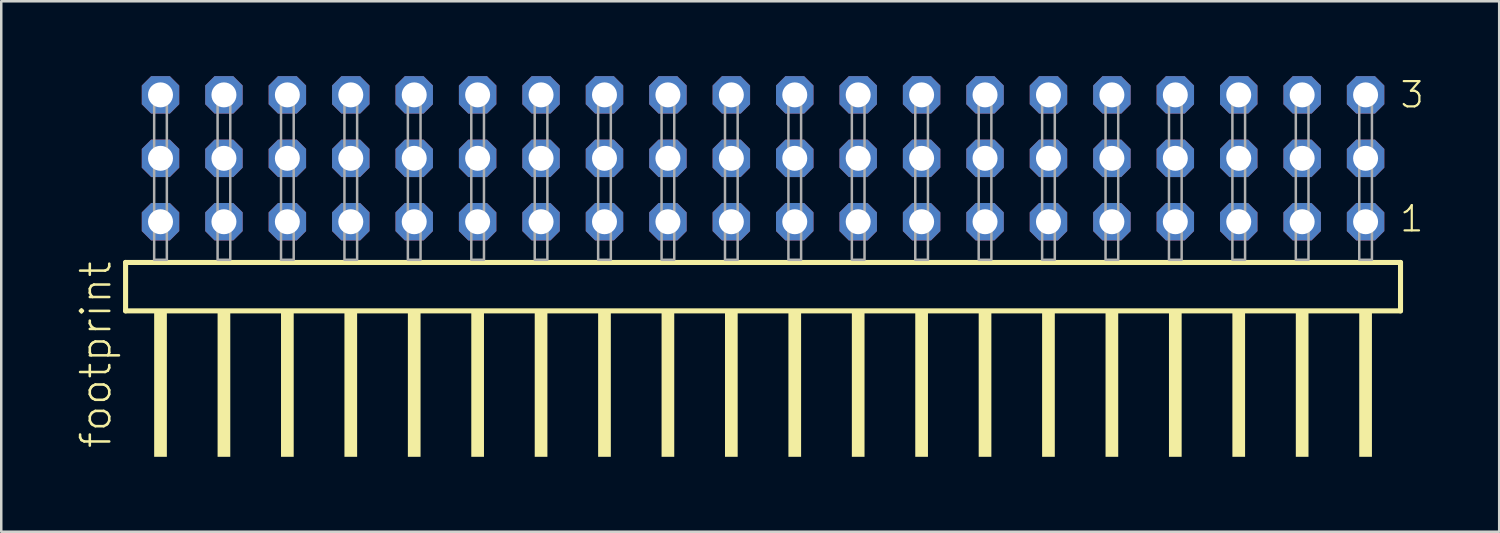
<source format=kicad_pcb>
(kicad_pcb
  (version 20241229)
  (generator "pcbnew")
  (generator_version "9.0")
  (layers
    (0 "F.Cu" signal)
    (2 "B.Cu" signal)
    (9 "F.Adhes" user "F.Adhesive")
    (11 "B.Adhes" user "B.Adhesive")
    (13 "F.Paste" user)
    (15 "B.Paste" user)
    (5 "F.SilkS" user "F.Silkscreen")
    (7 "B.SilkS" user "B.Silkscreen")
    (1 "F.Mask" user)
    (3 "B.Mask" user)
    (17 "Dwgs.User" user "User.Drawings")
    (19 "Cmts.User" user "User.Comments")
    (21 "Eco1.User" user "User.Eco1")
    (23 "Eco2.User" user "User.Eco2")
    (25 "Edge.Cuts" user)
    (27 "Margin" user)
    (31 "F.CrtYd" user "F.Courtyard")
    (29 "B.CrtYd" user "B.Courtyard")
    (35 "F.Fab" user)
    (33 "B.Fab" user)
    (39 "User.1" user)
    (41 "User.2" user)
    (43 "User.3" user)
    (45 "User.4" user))
  (footprint "footprint"
    (layer "F.Cu")
    (at 27.508 7.354)
    (property "Reference" "footprint" (at -26.035 7.62 90) (layer "F.SilkS") (effects (font (size 1.168 1.168) (thickness 0.102)) (justify left bottom)))
    (fp_line (start -25.529 0.106) (end -25.529 2.046) (stroke (width 0.203) (type solid)) (layer "F.SilkS"))
    (fp_line (start -25.529 2.046) (end 25.529 2.046) (stroke (width 0.203) (type solid)) (layer "F.SilkS"))
    (fp_line (start 25.529 0.106) (end -25.529 0.106) (stroke (width 0.203) (type solid)) (layer "F.SilkS"))
    (fp_line (start 25.529 2.046) (end 25.529 0.106) (stroke (width 0.203) (type solid)) (layer "F.SilkS"))
    (fp_poly (pts (xy -24.384 7.89) (xy -23.876 7.89) (xy -23.876 2.04) (xy -24.384 2.04)) (stroke (width 0) (type solid)) (fill yes) (layer "F.SilkS"))
    (fp_poly (pts (xy -21.844 7.89) (xy -21.336 7.89) (xy -21.336 2.04) (xy -21.844 2.04)) (stroke (width 0) (type solid)) (fill yes) (layer "F.SilkS"))
    (fp_poly (pts (xy -19.304 7.89) (xy -18.796 7.89) (xy -18.796 2.04) (xy -19.304 2.04)) (stroke (width 0) (type solid)) (fill yes) (layer "F.SilkS"))
    (fp_poly (pts (xy -16.764 7.89) (xy -16.256 7.89) (xy -16.256 2.04) (xy -16.764 2.04)) (stroke (width 0) (type solid)) (fill yes) (layer "F.SilkS"))
    (fp_poly (pts (xy -14.224 7.89) (xy -13.716 7.89) (xy -13.716 2.04) (xy -14.224 2.04)) (stroke (width 0) (type solid)) (fill yes) (layer "F.SilkS"))
    (fp_poly (pts (xy -11.684 7.89) (xy -11.176 7.89) (xy -11.176 2.04) (xy -11.684 2.04)) (stroke (width 0) (type solid)) (fill yes) (layer "F.SilkS"))
    (fp_poly (pts (xy -9.144 7.89) (xy -8.636 7.89) (xy -8.636 2.04) (xy -9.144 2.04)) (stroke (width 0) (type solid)) (fill yes) (layer "F.SilkS"))
    (fp_poly (pts (xy -6.604 7.89) (xy -6.096 7.89) (xy -6.096 2.04) (xy -6.604 2.04)) (stroke (width 0) (type solid)) (fill yes) (layer "F.SilkS"))
    (fp_poly (pts (xy -4.064 7.89) (xy -3.556 7.89) (xy -3.556 2.04) (xy -4.064 2.04)) (stroke (width 0) (type solid)) (fill yes) (layer "F.SilkS"))
    (fp_poly (pts (xy -1.524 7.89) (xy -1.016 7.89) (xy -1.016 2.04) (xy -1.524 2.04)) (stroke (width 0) (type solid)) (fill yes) (layer "F.SilkS"))
    (fp_poly (pts (xy 1.016 7.89) (xy 1.524 7.89) (xy 1.524 2.04) (xy 1.016 2.04)) (stroke (width 0) (type solid)) (fill yes) (layer "F.SilkS"))
    (fp_poly (pts (xy 3.556 7.89) (xy 4.064 7.89) (xy 4.064 2.04) (xy 3.556 2.04)) (stroke (width 0) (type solid)) (fill yes) (layer "F.SilkS"))
    (fp_poly (pts (xy 6.096 7.89) (xy 6.604 7.89) (xy 6.604 2.04) (xy 6.096 2.04)) (stroke (width 0) (type solid)) (fill yes) (layer "F.SilkS"))
    (fp_poly (pts (xy 8.636 7.89) (xy 9.144 7.89) (xy 9.144 2.04) (xy 8.636 2.04)) (stroke (width 0) (type solid)) (fill yes) (layer "F.SilkS"))
    (fp_poly (pts (xy 11.176 7.89) (xy 11.684 7.89) (xy 11.684 2.04) (xy 11.176 2.04)) (stroke (width 0) (type solid)) (fill yes) (layer "F.SilkS"))
    (fp_poly (pts (xy 13.716 7.89) (xy 14.224 7.89) (xy 14.224 2.04) (xy 13.716 2.04)) (stroke (width 0) (type solid)) (fill yes) (layer "F.SilkS"))
    (fp_poly (pts (xy 16.256 7.89) (xy 16.764 7.89) (xy 16.764 2.04) (xy 16.256 2.04)) (stroke (width 0) (type solid)) (fill yes) (layer "F.SilkS"))
    (fp_poly (pts (xy 18.796 7.89) (xy 19.304 7.89) (xy 19.304 2.04) (xy 18.796 2.04)) (stroke (width 0) (type solid)) (fill yes) (layer "F.SilkS"))
    (fp_poly (pts (xy 21.336 7.89) (xy 21.844 7.89) (xy 21.844 2.04) (xy 21.336 2.04)) (stroke (width 0) (type solid)) (fill yes) (layer "F.SilkS"))
    (fp_poly (pts (xy 23.876 7.89) (xy 24.384 7.89) (xy 24.384 2.04) (xy 23.876 2.04)) (stroke (width 0) (type solid)) (fill yes) (layer "F.SilkS"))
    (fp_poly (pts (xy -24.384 0) (xy -23.876 0) (xy -23.876 -6.858) (xy -24.384 -6.858)) (stroke (width 0.1) (type solid)) (fill no) (layer "F.Fab"))
    (fp_poly (pts (xy -21.844 0) (xy -21.336 0) (xy -21.336 -6.858) (xy -21.844 -6.858)) (stroke (width 0.1) (type solid)) (fill no) (layer "F.Fab"))
    (fp_poly (pts (xy -19.304 0) (xy -18.796 0) (xy -18.796 -6.858) (xy -19.304 -6.858)) (stroke (width 0.1) (type solid)) (fill no) (layer "F.Fab"))
    (fp_poly (pts (xy -16.764 0) (xy -16.256 0) (xy -16.256 -6.858) (xy -16.764 -6.858)) (stroke (width 0.1) (type solid)) (fill no) (layer "F.Fab"))
    (fp_poly (pts (xy -14.224 0) (xy -13.716 0) (xy -13.716 -6.858) (xy -14.224 -6.858)) (stroke (width 0.1) (type solid)) (fill no) (layer "F.Fab"))
    (fp_poly (pts (xy -11.684 0) (xy -11.176 0) (xy -11.176 -6.858) (xy -11.684 -6.858)) (stroke (width 0.1) (type solid)) (fill no) (layer "F.Fab"))
    (fp_poly (pts (xy -9.144 0) (xy -8.636 0) (xy -8.636 -6.858) (xy -9.144 -6.858)) (stroke (width 0.1) (type solid)) (fill no) (layer "F.Fab"))
    (fp_poly (pts (xy -6.604 0) (xy -6.096 0) (xy -6.096 -6.858) (xy -6.604 -6.858)) (stroke (width 0.1) (type solid)) (fill no) (layer "F.Fab"))
    (fp_poly (pts (xy -4.064 0) (xy -3.556 0) (xy -3.556 -6.858) (xy -4.064 -6.858)) (stroke (width 0.1) (type solid)) (fill no) (layer "F.Fab"))
    (fp_poly (pts (xy -1.524 0) (xy -1.016 0) (xy -1.016 -6.858) (xy -1.524 -6.858)) (stroke (width 0.1) (type solid)) (fill no) (layer "F.Fab"))
    (fp_poly (pts (xy 1.016 0) (xy 1.524 0) (xy 1.524 -6.858) (xy 1.016 -6.858)) (stroke (width 0.1) (type solid)) (fill no) (layer "F.Fab"))
    (fp_poly (pts (xy 3.556 0) (xy 4.064 0) (xy 4.064 -6.858) (xy 3.556 -6.858)) (stroke (width 0.1) (type solid)) (fill no) (layer "F.Fab"))
    (fp_poly (pts (xy 6.096 0) (xy 6.604 0) (xy 6.604 -6.858) (xy 6.096 -6.858)) (stroke (width 0.1) (type solid)) (fill no) (layer "F.Fab"))
    (fp_poly (pts (xy 8.636 0) (xy 9.144 0) (xy 9.144 -6.858) (xy 8.636 -6.858)) (stroke (width 0.1) (type solid)) (fill no) (layer "F.Fab"))
    (fp_poly (pts (xy 11.176 0) (xy 11.684 0) (xy 11.684 -6.858) (xy 11.176 -6.858)) (stroke (width 0.1) (type solid)) (fill no) (layer "F.Fab"))
    (fp_poly (pts (xy 13.716 0) (xy 14.224 0) (xy 14.224 -6.858) (xy 13.716 -6.858)) (stroke (width 0.1) (type solid)) (fill no) (layer "F.Fab"))
    (fp_poly (pts (xy 16.256 0) (xy 16.764 0) (xy 16.764 -6.858) (xy 16.256 -6.858)) (stroke (width 0.1) (type solid)) (fill no) (layer "F.Fab"))
    (fp_poly (pts (xy 18.796 0) (xy 19.304 0) (xy 19.304 -6.858) (xy 18.796 -6.858)) (stroke (width 0.1) (type solid)) (fill no) (layer "F.Fab"))
    (fp_poly (pts (xy 21.336 0) (xy 21.844 0) (xy 21.844 -6.858) (xy 21.336 -6.858)) (stroke (width 0.1) (type solid)) (fill no) (layer "F.Fab"))
    (fp_poly (pts (xy 23.876 0) (xy 24.384 0) (xy 24.384 -6.858) (xy 23.876 -6.858)) (stroke (width 0.1) (type solid)) (fill no) (layer "F.Fab"))
    (fp_text user "1" (at 25.44 -1.05 0) (layer "F.SilkS") (effects (font (size 1.012 1.012) (thickness 0.088)) (justify left bottom)))
    (fp_text user "3" (at 25.455 -6.015 0) (layer "F.SilkS") (effects (font (size 1.012 1.012) (thickness 0.088)) (justify left bottom)))
    (pad "1" thru_hole roundrect (at 24.13 -1.524 180) (size 1.5 1.5) (drill 1) (layers "*.Cu" "*.Mask") (roundrect_rratio 0.25) (chamfer_ratio 0.25) (chamfer top_left top_right bottom_left bottom_right))
    (pad "2" thru_hole roundrect (at 24.13 -4.064 180) (size 1.5 1.5) (drill 1) (layers "*.Cu" "*.Mask") (roundrect_rratio 0.25) (chamfer_ratio 0.25) (chamfer top_left top_right bottom_left bottom_right))
    (pad "3" thru_hole roundrect (at 24.13 -6.604 180) (size 1.5 1.5) (drill 1) (layers "*.Cu" "*.Mask") (roundrect_rratio 0.25) (chamfer_ratio 0.25) (chamfer top_left top_right bottom_left bottom_right))
    (pad "4" thru_hole roundrect (at 21.59 -1.524 180) (size 1.5 1.5) (drill 1) (layers "*.Cu" "*.Mask") (roundrect_rratio 0.25) (chamfer_ratio 0.25) (chamfer top_left top_right bottom_left bottom_right))
    (pad "5" thru_hole roundrect (at 21.59 -4.064 180) (size 1.5 1.5) (drill 1) (layers "*.Cu" "*.Mask") (roundrect_rratio 0.25) (chamfer_ratio 0.25) (chamfer top_left top_right bottom_left bottom_right))
    (pad "6" thru_hole roundrect (at 21.59 -6.604 180) (size 1.5 1.5) (drill 1) (layers "*.Cu" "*.Mask") (roundrect_rratio 0.25) (chamfer_ratio 0.25) (chamfer top_left top_right bottom_left bottom_right))
    (pad "7" thru_hole roundrect (at 19.05 -1.524 180) (size 1.5 1.5) (drill 1) (layers "*.Cu" "*.Mask") (roundrect_rratio 0.25) (chamfer_ratio 0.25) (chamfer top_left top_right bottom_left bottom_right))
    (pad "8" thru_hole roundrect (at 19.05 -4.064 180) (size 1.5 1.5) (drill 1) (layers "*.Cu" "*.Mask") (roundrect_rratio 0.25) (chamfer_ratio 0.25) (chamfer top_left top_right bottom_left bottom_right))
    (pad "9" thru_hole roundrect (at 19.05 -6.604 180) (size 1.5 1.5) (drill 1) (layers "*.Cu" "*.Mask") (roundrect_rratio 0.25) (chamfer_ratio 0.25) (chamfer top_left top_right bottom_left bottom_right))
    (pad "10" thru_hole roundrect (at 16.51 -1.524 180) (size 1.5 1.5) (drill 1) (layers "*.Cu" "*.Mask") (roundrect_rratio 0.25) (chamfer_ratio 0.25) (chamfer top_left top_right bottom_left bottom_right))
    (pad "11" thru_hole roundrect (at 16.51 -4.064 180) (size 1.5 1.5) (drill 1) (layers "*.Cu" "*.Mask") (roundrect_rratio 0.25) (chamfer_ratio 0.25) (chamfer top_left top_right bottom_left bottom_right))
    (pad "12" thru_hole roundrect (at 16.51 -6.604 180) (size 1.5 1.5) (drill 1) (layers "*.Cu" "*.Mask") (roundrect_rratio 0.25) (chamfer_ratio 0.25) (chamfer top_left top_right bottom_left bottom_right))
    (pad "13" thru_hole roundrect (at 13.97 -1.524 180) (size 1.5 1.5) (drill 1) (layers "*.Cu" "*.Mask") (roundrect_rratio 0.25) (chamfer_ratio 0.25) (chamfer top_left top_right bottom_left bottom_right))
    (pad "14" thru_hole roundrect (at 13.97 -4.064 180) (size 1.5 1.5) (drill 1) (layers "*.Cu" "*.Mask") (roundrect_rratio 0.25) (chamfer_ratio 0.25) (chamfer top_left top_right bottom_left bottom_right))
    (pad "15" thru_hole roundrect (at 13.97 -6.604 180) (size 1.5 1.5) (drill 1) (layers "*.Cu" "*.Mask") (roundrect_rratio 0.25) (chamfer_ratio 0.25) (chamfer top_left top_right bottom_left bottom_right))
    (pad "16" thru_hole roundrect (at 11.43 -1.524 180) (size 1.5 1.5) (drill 1) (layers "*.Cu" "*.Mask") (roundrect_rratio 0.25) (chamfer_ratio 0.25) (chamfer top_left top_right bottom_left bottom_right))
    (pad "17" thru_hole roundrect (at 11.43 -4.064 180) (size 1.5 1.5) (drill 1) (layers "*.Cu" "*.Mask") (roundrect_rratio 0.25) (chamfer_ratio 0.25) (chamfer top_left top_right bottom_left bottom_right))
    (pad "18" thru_hole roundrect (at 11.43 -6.604 180) (size 1.5 1.5) (drill 1) (layers "*.Cu" "*.Mask") (roundrect_rratio 0.25) (chamfer_ratio 0.25) (chamfer top_left top_right bottom_left bottom_right))
    (pad "19" thru_hole roundrect (at 8.89 -1.524 180) (size 1.5 1.5) (drill 1) (layers "*.Cu" "*.Mask") (roundrect_rratio 0.25) (chamfer_ratio 0.25) (chamfer top_left top_right bottom_left bottom_right))
    (pad "20" thru_hole roundrect (at 8.89 -4.064 180) (size 1.5 1.5) (drill 1) (layers "*.Cu" "*.Mask") (roundrect_rratio 0.25) (chamfer_ratio 0.25) (chamfer top_left top_right bottom_left bottom_right))
    (pad "21" thru_hole roundrect (at 8.89 -6.604 180) (size 1.5 1.5) (drill 1) (layers "*.Cu" "*.Mask") (roundrect_rratio 0.25) (chamfer_ratio 0.25) (chamfer top_left top_right bottom_left bottom_right))
    (pad "22" thru_hole roundrect (at 6.35 -1.524 180) (size 1.5 1.5) (drill 1) (layers "*.Cu" "*.Mask") (roundrect_rratio 0.25) (chamfer_ratio 0.25) (chamfer top_left top_right bottom_left bottom_right))
    (pad "23" thru_hole roundrect (at 6.35 -4.064 180) (size 1.5 1.5) (drill 1) (layers "*.Cu" "*.Mask") (roundrect_rratio 0.25) (chamfer_ratio 0.25) (chamfer top_left top_right bottom_left bottom_right))
    (pad "24" thru_hole roundrect (at 6.35 -6.604 180) (size 1.5 1.5) (drill 1) (layers "*.Cu" "*.Mask") (roundrect_rratio 0.25) (chamfer_ratio 0.25) (chamfer top_left top_right bottom_left bottom_right))
    (pad "25" thru_hole roundrect (at 3.81 -1.524 180) (size 1.5 1.5) (drill 1) (layers "*.Cu" "*.Mask") (roundrect_rratio 0.25) (chamfer_ratio 0.25) (chamfer top_left top_right bottom_left bottom_right))
    (pad "26" thru_hole roundrect (at 3.81 -4.064 180) (size 1.5 1.5) (drill 1) (layers "*.Cu" "*.Mask") (roundrect_rratio 0.25) (chamfer_ratio 0.25) (chamfer top_left top_right bottom_left bottom_right))
    (pad "27" thru_hole roundrect (at 3.81 -6.604 180) (size 1.5 1.5) (drill 1) (layers "*.Cu" "*.Mask") (roundrect_rratio 0.25) (chamfer_ratio 0.25) (chamfer top_left top_right bottom_left bottom_right))
    (pad "28" thru_hole roundrect (at 1.27 -1.524 180) (size 1.5 1.5) (drill 1) (layers "*.Cu" "*.Mask") (roundrect_rratio 0.25) (chamfer_ratio 0.25) (chamfer top_left top_right bottom_left bottom_right))
    (pad "29" thru_hole roundrect (at 1.27 -4.064 180) (size 1.5 1.5) (drill 1) (layers "*.Cu" "*.Mask") (roundrect_rratio 0.25) (chamfer_ratio 0.25) (chamfer top_left top_right bottom_left bottom_right))
    (pad "30" thru_hole roundrect (at 1.27 -6.604 180) (size 1.5 1.5) (drill 1) (layers "*.Cu" "*.Mask") (roundrect_rratio 0.25) (chamfer_ratio 0.25) (chamfer top_left top_right bottom_left bottom_right))
    (pad "31" thru_hole roundrect (at -1.27 -1.524 180) (size 1.5 1.5) (drill 1) (layers "*.Cu" "*.Mask") (roundrect_rratio 0.25) (chamfer_ratio 0.25) (chamfer top_left top_right bottom_left bottom_right))
    (pad "32" thru_hole roundrect (at -1.27 -4.064 180) (size 1.5 1.5) (drill 1) (layers "*.Cu" "*.Mask") (roundrect_rratio 0.25) (chamfer_ratio 0.25) (chamfer top_left top_right bottom_left bottom_right))
    (pad "33" thru_hole roundrect (at -1.27 -6.604 180) (size 1.5 1.5) (drill 1) (layers "*.Cu" "*.Mask") (roundrect_rratio 0.25) (chamfer_ratio 0.25) (chamfer top_left top_right bottom_left bottom_right))
    (pad "34" thru_hole roundrect (at -3.81 -1.524 180) (size 1.5 1.5) (drill 1) (layers "*.Cu" "*.Mask") (roundrect_rratio 0.25) (chamfer_ratio 0.25) (chamfer top_left top_right bottom_left bottom_right))
    (pad "35" thru_hole roundrect (at -3.81 -4.064 180) (size 1.5 1.5) (drill 1) (layers "*.Cu" "*.Mask") (roundrect_rratio 0.25) (chamfer_ratio 0.25) (chamfer top_left top_right bottom_left bottom_right))
    (pad "36" thru_hole roundrect (at -3.81 -6.604 180) (size 1.5 1.5) (drill 1) (layers "*.Cu" "*.Mask") (roundrect_rratio 0.25) (chamfer_ratio 0.25) (chamfer top_left top_right bottom_left bottom_right))
    (pad "37" thru_hole roundrect (at -6.35 -1.524 180) (size 1.5 1.5) (drill 1) (layers "*.Cu" "*.Mask") (roundrect_rratio 0.25) (chamfer_ratio 0.25) (chamfer top_left top_right bottom_left bottom_right))
    (pad "38" thru_hole roundrect (at -6.35 -4.064 180) (size 1.5 1.5) (drill 1) (layers "*.Cu" "*.Mask") (roundrect_rratio 0.25) (chamfer_ratio 0.25) (chamfer top_left top_right bottom_left bottom_right))
    (pad "39" thru_hole roundrect (at -6.35 -6.604 180) (size 1.5 1.5) (drill 1) (layers "*.Cu" "*.Mask") (roundrect_rratio 0.25) (chamfer_ratio 0.25) (chamfer top_left top_right bottom_left bottom_right))
    (pad "40" thru_hole roundrect (at -8.89 -1.524 180) (size 1.5 1.5) (drill 1) (layers "*.Cu" "*.Mask") (roundrect_rratio 0.25) (chamfer_ratio 0.25) (chamfer top_left top_right bottom_left bottom_right))
    (pad "41" thru_hole roundrect (at -8.89 -4.064 180) (size 1.5 1.5) (drill 1) (layers "*.Cu" "*.Mask") (roundrect_rratio 0.25) (chamfer_ratio 0.25) (chamfer top_left top_right bottom_left bottom_right))
    (pad "42" thru_hole roundrect (at -8.89 -6.604 180) (size 1.5 1.5) (drill 1) (layers "*.Cu" "*.Mask") (roundrect_rratio 0.25) (chamfer_ratio 0.25) (chamfer top_left top_right bottom_left bottom_right))
    (pad "43" thru_hole roundrect (at -11.43 -1.524 180) (size 1.5 1.5) (drill 1) (layers "*.Cu" "*.Mask") (roundrect_rratio 0.25) (chamfer_ratio 0.25) (chamfer top_left top_right bottom_left bottom_right))
    (pad "44" thru_hole roundrect (at -11.43 -4.064 180) (size 1.5 1.5) (drill 1) (layers "*.Cu" "*.Mask") (roundrect_rratio 0.25) (chamfer_ratio 0.25) (chamfer top_left top_right bottom_left bottom_right))
    (pad "45" thru_hole roundrect (at -11.43 -6.604 180) (size 1.5 1.5) (drill 1) (layers "*.Cu" "*.Mask") (roundrect_rratio 0.25) (chamfer_ratio 0.25) (chamfer top_left top_right bottom_left bottom_right))
    (pad "46" thru_hole roundrect (at -13.97 -1.524 180) (size 1.5 1.5) (drill 1) (layers "*.Cu" "*.Mask") (roundrect_rratio 0.25) (chamfer_ratio 0.25) (chamfer top_left top_right bottom_left bottom_right))
    (pad "47" thru_hole roundrect (at -13.97 -4.064 180) (size 1.5 1.5) (drill 1) (layers "*.Cu" "*.Mask") (roundrect_rratio 0.25) (chamfer_ratio 0.25) (chamfer top_left top_right bottom_left bottom_right))
    (pad "48" thru_hole roundrect (at -13.97 -6.604 180) (size 1.5 1.5) (drill 1) (layers "*.Cu" "*.Mask") (roundrect_rratio 0.25) (chamfer_ratio 0.25) (chamfer top_left top_right bottom_left bottom_right))
    (pad "49" thru_hole roundrect (at -16.51 -1.524 180) (size 1.5 1.5) (drill 1) (layers "*.Cu" "*.Mask") (roundrect_rratio 0.25) (chamfer_ratio 0.25) (chamfer top_left top_right bottom_left bottom_right))
    (pad "50" thru_hole roundrect (at -16.51 -4.064 180) (size 1.5 1.5) (drill 1) (layers "*.Cu" "*.Mask") (roundrect_rratio 0.25) (chamfer_ratio 0.25) (chamfer top_left top_right bottom_left bottom_right))
    (pad "51" thru_hole roundrect (at -16.51 -6.604 180) (size 1.5 1.5) (drill 1) (layers "*.Cu" "*.Mask") (roundrect_rratio 0.25) (chamfer_ratio 0.25) (chamfer top_left top_right bottom_left bottom_right))
    (pad "52" thru_hole roundrect (at -19.05 -1.524 180) (size 1.5 1.5) (drill 1) (layers "*.Cu" "*.Mask") (roundrect_rratio 0.25) (chamfer_ratio 0.25) (chamfer top_left top_right bottom_left bottom_right))
    (pad "53" thru_hole roundrect (at -19.05 -4.064 180) (size 1.5 1.5) (drill 1) (layers "*.Cu" "*.Mask") (roundrect_rratio 0.25) (chamfer_ratio 0.25) (chamfer top_left top_right bottom_left bottom_right))
    (pad "54" thru_hole roundrect (at -19.05 -6.604 180) (size 1.5 1.5) (drill 1) (layers "*.Cu" "*.Mask") (roundrect_rratio 0.25) (chamfer_ratio 0.25) (chamfer top_left top_right bottom_left bottom_right))
    (pad "55" thru_hole roundrect (at -21.59 -1.524 180) (size 1.5 1.5) (drill 1) (layers "*.Cu" "*.Mask") (roundrect_rratio 0.25) (chamfer_ratio 0.25) (chamfer top_left top_right bottom_left bottom_right))
    (pad "56" thru_hole roundrect (at -21.59 -4.064 180) (size 1.5 1.5) (drill 1) (layers "*.Cu" "*.Mask") (roundrect_rratio 0.25) (chamfer_ratio 0.25) (chamfer top_left top_right bottom_left bottom_right))
    (pad "57" thru_hole roundrect (at -21.59 -6.604 180) (size 1.5 1.5) (drill 1) (layers "*.Cu" "*.Mask") (roundrect_rratio 0.25) (chamfer_ratio 0.25) (chamfer top_left top_right bottom_left bottom_right))
    (pad "58" thru_hole roundrect (at -24.13 -1.524 180) (size 1.5 1.5) (drill 1) (layers "*.Cu" "*.Mask") (roundrect_rratio 0.25) (chamfer_ratio 0.25) (chamfer top_left top_right bottom_left bottom_right))
    (pad "59" thru_hole roundrect (at -24.13 -4.064 180) (size 1.5 1.5) (drill 1) (layers "*.Cu" "*.Mask") (roundrect_rratio 0.25) (chamfer_ratio 0.25) (chamfer top_left top_right bottom_left bottom_right))
    (pad "60" thru_hole roundrect (at -24.13 -6.604 180) (size 1.5 1.5) (drill 1) (layers "*.Cu" "*.Mask") (roundrect_rratio 0.25) (chamfer_ratio 0.25) (chamfer top_left top_right bottom_left bottom_right)))
  (gr_rect
    (start -3 -3)
    (end 56.989 18.244)
    (stroke (width 0.1) (type default))
    (fill no)
    (layer "Edge.Cuts")))
</source>
